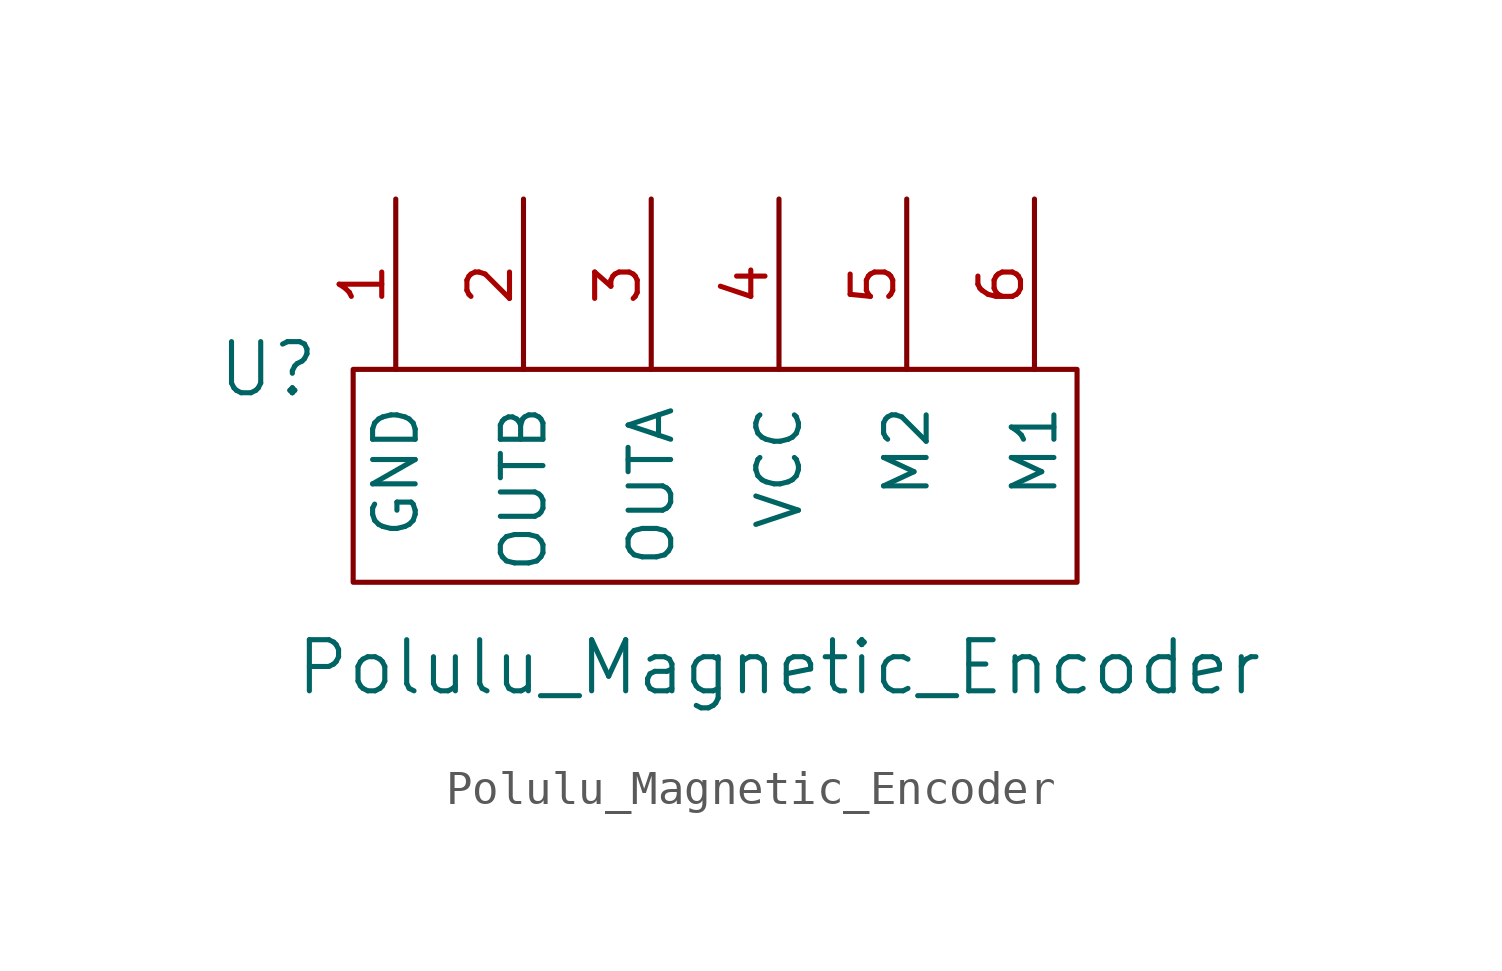
<source format=kicad_sym>
(kicad_symbol_lib
  (version 20220914)
  (generator kicad_symbol_editor)
  (symbol "Polulu_Magnetic_Encoder"
    (pin_names
      (offset 1.016))
    (property "Reference" "U"
      (at -13.97 5.08 0)
      (effects (font (size 1.524 1.524))))
    (property "Value" "Polulu_Magnetic_Encoder"
      (at 1.27 -3.81 0)
      (effects (font (size 1.524 1.524))))
    (property "Footprint" ""
      (at 0 -1.27 0)
      (effects (font (size 1.524 1.524))))
    (property "Datasheet" ""
      (at 0 -1.27 0)
      (effects (font (size 1.524 1.524))))
    (symbol "Polulu_Magnetic_Encoder_0_1"
      (rectangle (start -11.43 5.08) (end 10.16 -1.27) (stroke (width 0) (type solid)) (fill (type none))))
    (symbol "Polulu_Magnetic_Encoder_1_1"
      (pin input line (at -10.16 10.16 270) (length 5.08) (name "GND" (effects (font (size 1.27 1.27)))) (number "1" (effects (font (size 1.27 1.27)))))
      (pin input line (at -6.35 10.16 270) (length 5.08) (name "OUTB" (effects (font (size 1.27 1.27)))) (number "2" (effects (font (size 1.27 1.27)))))
      (pin input line (at -2.54 10.16 270) (length 5.08) (name "OUTA" (effects (font (size 1.27 1.27)))) (number "3" (effects (font (size 1.27 1.27)))))
      (pin input line (at 1.27 10.16 270) (length 5.08) (name "VCC" (effects (font (size 1.27 1.27)))) (number "4" (effects (font (size 1.27 1.27)))))
      (pin input line (at 5.08 10.16 270) (length 5.08) (name "M2" (effects (font (size 1.27 1.27)))) (number "5" (effects (font (size 1.27 1.27)))))
      (pin input line (at 8.89 10.16 270) (length 5.08) (name "M1" (effects (font (size 1.27 1.27)))) (number "6" (effects (font (size 1.27 1.27))))))))
</source>
